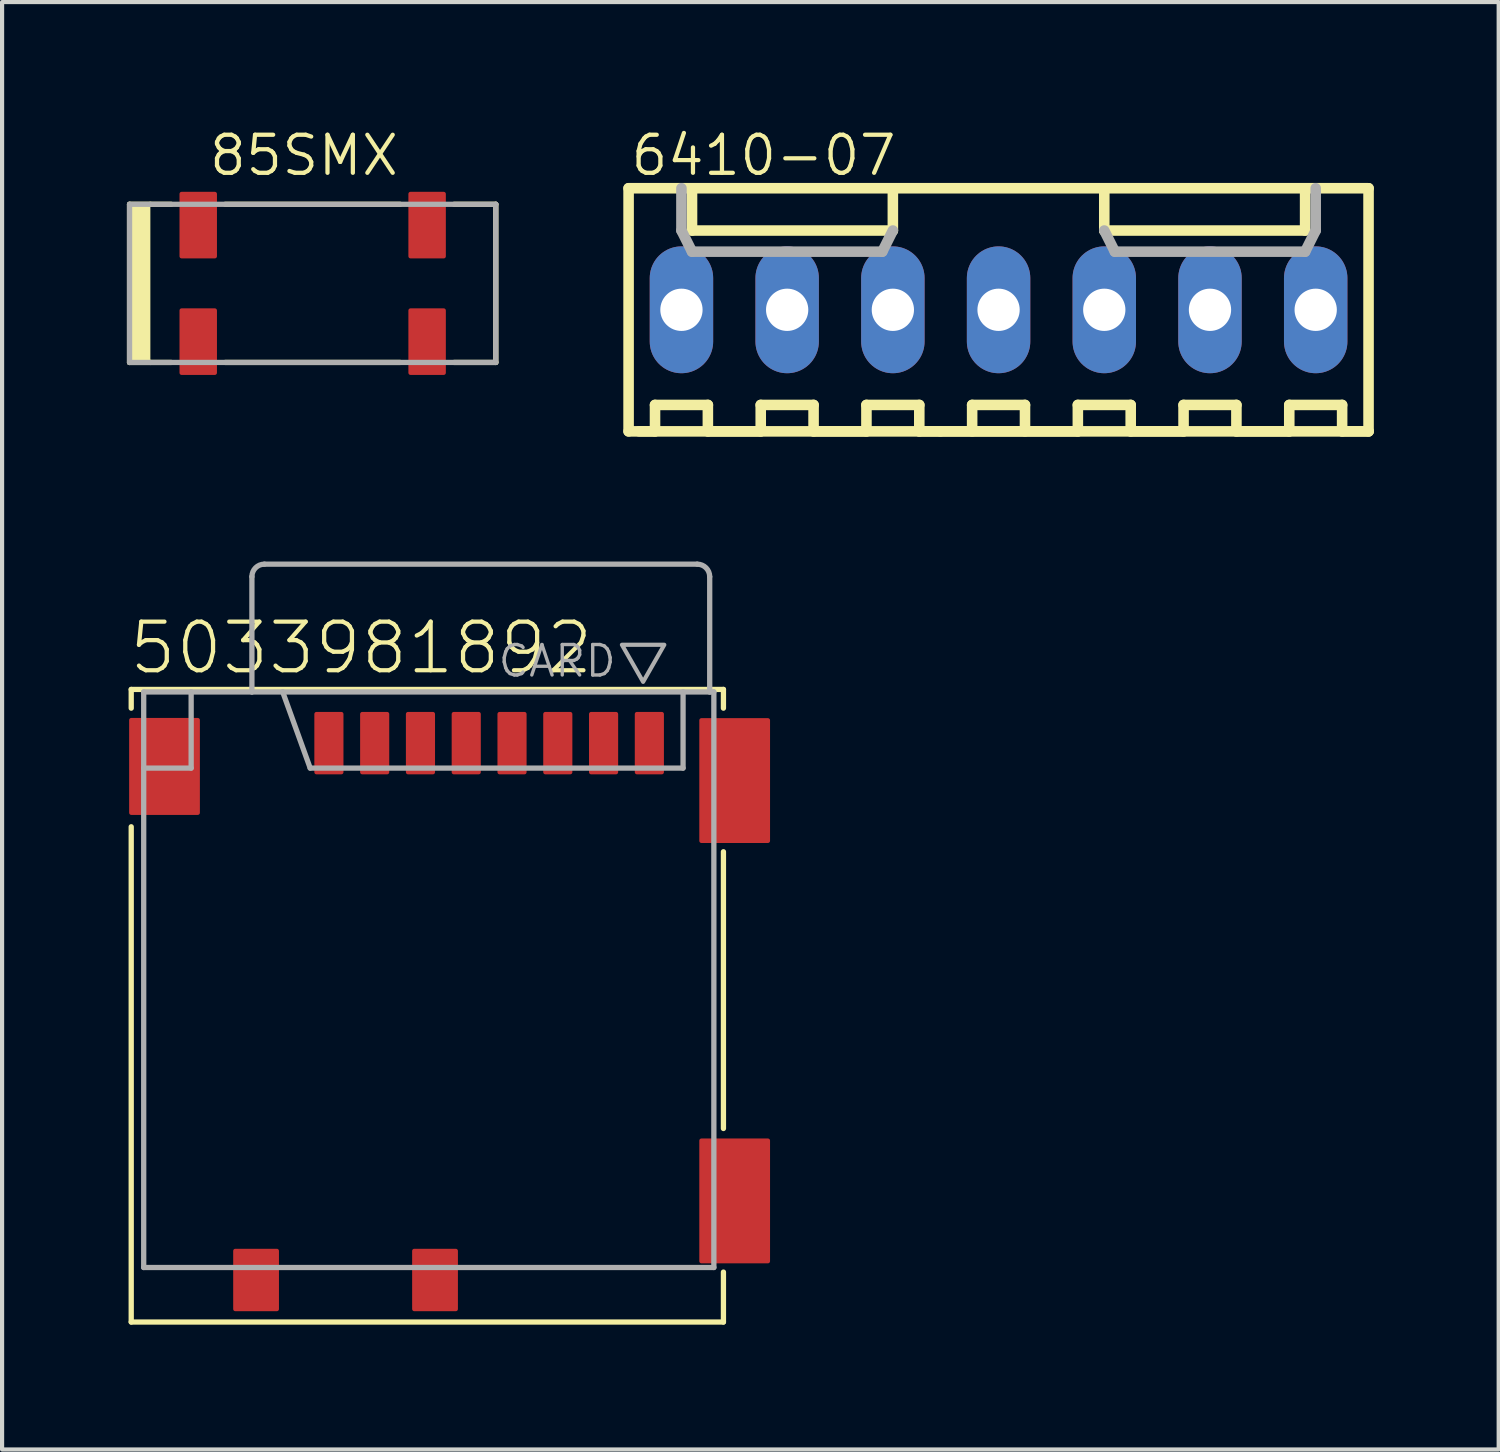
<source format=kicad_pcb>
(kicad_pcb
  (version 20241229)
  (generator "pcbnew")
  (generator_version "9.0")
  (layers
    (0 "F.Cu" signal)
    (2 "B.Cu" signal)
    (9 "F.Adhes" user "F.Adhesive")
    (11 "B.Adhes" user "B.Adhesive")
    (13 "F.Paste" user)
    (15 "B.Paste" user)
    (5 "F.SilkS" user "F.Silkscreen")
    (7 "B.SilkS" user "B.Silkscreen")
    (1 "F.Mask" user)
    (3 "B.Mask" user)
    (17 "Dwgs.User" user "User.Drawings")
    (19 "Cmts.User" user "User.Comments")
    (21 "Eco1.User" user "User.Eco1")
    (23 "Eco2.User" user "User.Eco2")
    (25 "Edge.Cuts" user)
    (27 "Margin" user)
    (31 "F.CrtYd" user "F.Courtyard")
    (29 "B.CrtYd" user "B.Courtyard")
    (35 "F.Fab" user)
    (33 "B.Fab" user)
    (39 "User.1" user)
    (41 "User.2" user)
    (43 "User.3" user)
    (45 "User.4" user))
  (footprint "85SMX"
    (layer "F.Cu")
    (at 4.463 3.759)
    (property "Reference" "85SMX" (at -2.54 -2.54 0) (layer "F.SilkS") (effects (font (size 0.914 0.914) (thickness 0.102)) (justify left bottom)))
    (attr smd)
    (fp_line (start -4.4 -1.9) (end -4.4 1.9) (stroke (width 0.127) (type solid)) (layer "F.SilkS"))
    (fp_line (start -4.4 -1.9) (end -3.9 -1.9) (stroke (width 0.127) (type solid)) (layer "F.SilkS"))
    (fp_line (start -4.4 1.9) (end -3.9 1.9) (stroke (width 0.127) (type solid)) (layer "F.SilkS"))
    (fp_line (start -3.9 -1.9) (end -3.4 -1.9) (stroke (width 0.127) (type solid)) (layer "F.SilkS"))
    (fp_line (start -3.9 1.9) (end -3.4 1.9) (stroke (width 0.127) (type solid)) (layer "F.SilkS"))
    (fp_line (start -2.1 -1.9) (end 2.1 -1.9) (stroke (width 0.127) (type solid)) (layer "F.SilkS"))
    (fp_line (start -2.1 1.9) (end 2.1 1.9) (stroke (width 0.127) (type solid)) (layer "F.SilkS"))
    (fp_line (start 3.4 -1.9) (end 4.4 -1.9) (stroke (width 0.127) (type solid)) (layer "F.SilkS"))
    (fp_line (start 3.4 1.9) (end 4.4 1.9) (stroke (width 0.127) (type solid)) (layer "F.SilkS"))
    (fp_line (start 4.4 -1.9) (end 4.4 1.9) (stroke (width 0.127) (type solid)) (layer "F.SilkS"))
    (fp_poly (pts (xy -4.4 1.9) (xy -3.9 1.9) (xy -3.9 -1.9) (xy -4.4 -1.9)) (stroke (width 0) (type default)) (fill yes) (layer "F.SilkS"))
    (fp_line (start -4.4 -1.9) (end -4.4 1.9) (stroke (width 0.127) (type solid)) (layer "F.Fab"))
    (fp_line (start -4.4 -1.9) (end 4.4 -1.9) (stroke (width 0.127) (type solid)) (layer "F.Fab"))
    (fp_line (start -4.4 1.9) (end 4.4 1.9) (stroke (width 0.127) (type solid)) (layer "F.Fab"))
    (fp_line (start 4.4 -1.9) (end 4.4 1.9) (stroke (width 0.127) (type solid)) (layer "F.Fab"))
    (pad "" smd roundrect (at 2.75 -1.4 90) (size 1.6 0.9) (layers "F.Cu" "F.Mask" "F.Paste") (roundrect_rratio 0.056))
    (pad "" smd roundrect (at 2.75 1.4 90) (size 1.6 0.9) (layers "F.Cu" "F.Mask" "F.Paste") (roundrect_rratio 0.056))
    (pad "1" smd roundrect (at -2.75 1.4 90) (size 1.6 0.9) (layers "F.Cu" "F.Mask" "F.Paste") (roundrect_rratio 0.056))
    (pad "4" smd roundrect (at -2.75 -1.4 90) (size 1.6 0.9) (layers "F.Cu" "F.Mask" "F.Paste") (roundrect_rratio 0.056)))
  (footprint "6410-07"
    (layer "F.Cu")
    (at 20.944 4.394)
    (property "Reference" "6410-07" (at -8.89 -3.175 0) (layer "F.SilkS") (effects (font (size 0.914 0.914) (thickness 0.102)) (justify left bottom)))
    (fp_line (start -8.89 -2.921) (end -8.89 2.921) (stroke (width 0.254) (type solid)) (layer "F.SilkS"))
    (fp_line (start -8.89 -2.921) (end -7.62 -2.921) (stroke (width 0.254) (type solid)) (layer "F.SilkS"))
    (fp_line (start -8.89 2.921) (end -1.397 2.921) (stroke (width 0.254) (type solid)) (layer "F.SilkS"))
    (fp_line (start -8.636 2.921) (end -8.255 2.921) (stroke (width 0.254) (type solid)) (layer "F.SilkS"))
    (fp_line (start -8.255 2.286) (end -6.985 2.286) (stroke (width 0.254) (type solid)) (layer "F.SilkS"))
    (fp_line (start -8.255 2.921) (end -8.255 2.286) (stroke (width 0.254) (type solid)) (layer "F.SilkS"))
    (fp_line (start -7.62 -2.921) (end -7.366 -2.921) (stroke (width 0.254) (type solid)) (layer "F.SilkS"))
    (fp_line (start -7.366 -2.921) (end -7.366 -1.905) (stroke (width 0.254) (type solid)) (layer "F.SilkS"))
    (fp_line (start -7.366 -2.921) (end -2.54 -2.921) (stroke (width 0.254) (type solid)) (layer "F.SilkS"))
    (fp_line (start -7.366 -1.905) (end -2.54 -1.905) (stroke (width 0.254) (type solid)) (layer "F.SilkS"))
    (fp_line (start -6.985 2.286) (end -6.985 2.921) (stroke (width 0.254) (type solid)) (layer "F.SilkS"))
    (fp_line (start -6.985 2.921) (end -5.715 2.921) (stroke (width 0.254) (type solid)) (layer "F.SilkS"))
    (fp_line (start -5.715 2.286) (end -4.445 2.286) (stroke (width 0.254) (type solid)) (layer "F.SilkS"))
    (fp_line (start -5.715 2.921) (end -5.715 2.286) (stroke (width 0.254) (type solid)) (layer "F.SilkS"))
    (fp_line (start -4.445 2.286) (end -4.445 2.921) (stroke (width 0.254) (type solid)) (layer "F.SilkS"))
    (fp_line (start -4.445 2.921) (end -3.175 2.921) (stroke (width 0.254) (type solid)) (layer "F.SilkS"))
    (fp_line (start -3.175 2.286) (end -1.905 2.286) (stroke (width 0.254) (type solid)) (layer "F.SilkS"))
    (fp_line (start -3.175 2.921) (end -3.175 2.286) (stroke (width 0.254) (type solid)) (layer "F.SilkS"))
    (fp_line (start -2.54 -1.905) (end -2.54 -2.921) (stroke (width 0.254) (type solid)) (layer "F.SilkS"))
    (fp_line (start -1.905 2.286) (end -1.905 2.921) (stroke (width 0.254) (type solid)) (layer "F.SilkS"))
    (fp_line (start -1.905 2.921) (end 1.905 2.921) (stroke (width 0.254) (type solid)) (layer "F.SilkS"))
    (fp_line (start -0.635 2.286) (end 0.635 2.286) (stroke (width 0.254) (type solid)) (layer "F.SilkS"))
    (fp_line (start -0.635 2.921) (end -0.635 2.286) (stroke (width 0.254) (type solid)) (layer "F.SilkS"))
    (fp_line (start 0.635 2.286) (end 0.635 2.921) (stroke (width 0.254) (type solid)) (layer "F.SilkS"))
    (fp_line (start 1.905 2.286) (end 3.175 2.286) (stroke (width 0.254) (type solid)) (layer "F.SilkS"))
    (fp_line (start 1.905 2.921) (end 1.905 2.286) (stroke (width 0.254) (type solid)) (layer "F.SilkS"))
    (fp_line (start 2.54 -1.905) (end 2.54 -2.921) (stroke (width 0.254) (type solid)) (layer "F.SilkS"))
    (fp_line (start 2.54 -1.905) (end 7.366 -1.905) (stroke (width 0.254) (type solid)) (layer "F.SilkS"))
    (fp_line (start 3.175 2.286) (end 3.175 2.921) (stroke (width 0.254) (type solid)) (layer "F.SilkS"))
    (fp_line (start 3.175 2.921) (end 4.445 2.921) (stroke (width 0.254) (type solid)) (layer "F.SilkS"))
    (fp_line (start 4.445 2.286) (end 5.715 2.286) (stroke (width 0.254) (type solid)) (layer "F.SilkS"))
    (fp_line (start 4.445 2.921) (end 4.445 2.286) (stroke (width 0.254) (type solid)) (layer "F.SilkS"))
    (fp_line (start 5.715 2.286) (end 5.715 2.921) (stroke (width 0.254) (type solid)) (layer "F.SilkS"))
    (fp_line (start 5.715 2.921) (end 6.985 2.921) (stroke (width 0.254) (type solid)) (layer "F.SilkS"))
    (fp_line (start 6.985 2.286) (end 8.255 2.286) (stroke (width 0.254) (type solid)) (layer "F.SilkS"))
    (fp_line (start 6.985 2.921) (end 6.985 2.286) (stroke (width 0.254) (type solid)) (layer "F.SilkS"))
    (fp_line (start 7.366 -2.921) (end 7.366 -1.905) (stroke (width 0.254) (type solid)) (layer "F.SilkS"))
    (fp_line (start 8.255 2.286) (end 8.255 2.921) (stroke (width 0.254) (type solid)) (layer "F.SilkS"))
    (fp_line (start 8.255 2.921) (end 8.89 2.921) (stroke (width 0.254) (type solid)) (layer "F.SilkS"))
    (fp_line (start 8.89 -2.921) (end -2.54 -2.921) (stroke (width 0.254) (type solid)) (layer "F.SilkS"))
    (fp_line (start 8.89 -2.921) (end 8.89 2.921) (stroke (width 0.254) (type solid)) (layer "F.SilkS"))
    (fp_line (start 8.89 2.921) (end -1.397 2.921) (stroke (width 0.254) (type solid)) (layer "F.SilkS"))
    (fp_line (start -7.62 -1.905) (end -7.62 -2.921) (stroke (width 0.254) (type solid)) (layer "F.Fab"))
    (fp_line (start -7.62 -1.905) (end -7.366 -1.397) (stroke (width 0.254) (type solid)) (layer "F.Fab"))
    (fp_line (start -7.366 -1.397) (end -2.794 -1.397) (stroke (width 0.254) (type solid)) (layer "F.Fab"))
    (fp_line (start -2.794 -1.397) (end -2.54 -1.905) (stroke (width 0.254) (type solid)) (layer "F.Fab"))
    (fp_line (start 2.54 -1.905) (end 2.794 -1.397) (stroke (width 0.254) (type solid)) (layer "F.Fab"))
    (fp_line (start 2.794 -1.397) (end 7.366 -1.397) (stroke (width 0.254) (type solid)) (layer "F.Fab"))
    (fp_line (start 7.366 -1.397) (end 7.62 -1.905) (stroke (width 0.254) (type solid)) (layer "F.Fab"))
    (fp_line (start 7.62 -1.905) (end 7.62 -2.921) (stroke (width 0.254) (type solid)) (layer "F.Fab"))
    (fp_poly (pts (xy -7.874 0.254) (xy -7.366 0.254) (xy -7.366 -0.254) (xy -7.874 -0.254)) (stroke (width 0.1) (type default)) (fill no) (layer "F.Fab"))
    (fp_poly (pts (xy -5.334 0.254) (xy -4.826 0.254) (xy -4.826 -0.254) (xy -5.334 -0.254)) (stroke (width 0.1) (type default)) (fill no) (layer "F.Fab"))
    (fp_poly (pts (xy -2.794 0.254) (xy -2.286 0.254) (xy -2.286 -0.254) (xy -2.794 -0.254)) (stroke (width 0.1) (type default)) (fill no) (layer "F.Fab"))
    (fp_poly (pts (xy -0.254 0.254) (xy 0.254 0.254) (xy 0.254 -0.254) (xy -0.254 -0.254)) (stroke (width 0.1) (type default)) (fill no) (layer "F.Fab"))
    (fp_poly (pts (xy 2.286 0.254) (xy 2.794 0.254) (xy 2.794 -0.254) (xy 2.286 -0.254)) (stroke (width 0.1) (type default)) (fill no) (layer "F.Fab"))
    (fp_poly (pts (xy 4.826 0.254) (xy 5.334 0.254) (xy 5.334 -0.254) (xy 4.826 -0.254)) (stroke (width 0.1) (type default)) (fill no) (layer "F.Fab"))
    (fp_poly (pts (xy 7.366 0.254) (xy 7.874 0.254) (xy 7.874 -0.254) (xy 7.366 -0.254)) (stroke (width 0.1) (type default)) (fill no) (layer "F.Fab"))
    (pad "1" thru_hole oval (at 7.62 0 90) (size 3.048 1.524) (drill 1.016) (layers "*.Cu" "*.Mask"))
    (pad "2" thru_hole oval (at 5.08 0 90) (size 3.048 1.524) (drill 1.016) (layers "*.Cu" "*.Mask"))
    (pad "3" thru_hole oval (at 2.54 0 90) (size 3.048 1.524) (drill 1.016) (layers "*.Cu" "*.Mask"))
    (pad "4" thru_hole oval (at 0 0 90) (size 3.048 1.524) (drill 1.016) (layers "*.Cu" "*.Mask"))
    (pad "5" thru_hole oval (at -2.54 0 90) (size 3.048 1.524) (drill 1.016) (layers "*.Cu" "*.Mask"))
    (pad "6" thru_hole oval (at -5.08 0 90) (size 3.048 1.524) (drill 1.016) (layers "*.Cu" "*.Mask"))
    (pad "7" thru_hole oval (at -7.62 0 90) (size 3.048 1.524) (drill 1.016) (layers "*.Cu" "*.Mask")))
  (footprint "5033981892"
    (layer "F.Cu")
    (at 0.403 27.406)
    (property "Reference" "5033981892" (at -0.403 -14.203 0) (layer "F.SilkS") (effects (font (size 1.168 1.168) (thickness 0.102)) (justify left bottom)))
    (fp_line (start -0.3 -13.89) (end -0.3 -13.44) (stroke (width 0.127) (type solid)) (layer "F.SilkS"))
    (fp_line (start -0.3 -10.59) (end -0.3 1.31) (stroke (width 0.127) (type solid)) (layer "F.SilkS"))
    (fp_line (start 13.93 -13.89) (end -0.3 -13.89) (stroke (width 0.127) (type solid)) (layer "F.SilkS"))
    (fp_line (start 13.93 -13.89) (end 13.93 -13.44) (stroke (width 0.127) (type solid)) (layer "F.SilkS"))
    (fp_line (start 13.93 -9.99) (end 13.93 -3.34) (stroke (width 0.127) (type solid)) (layer "F.SilkS"))
    (fp_line (start 13.93 0.11) (end 13.93 1.31) (stroke (width 0.127) (type solid)) (layer "F.SilkS"))
    (fp_line (start 13.93 1.31) (end -0.3 1.31) (stroke (width 0.127) (type solid)) (layer "F.SilkS"))
    (fp_line (start 0 -12) (end 0 -13.83) (stroke (width 0.127) (type solid)) (layer "F.Fab"))
    (fp_line (start 0 0) (end 0 -12) (stroke (width 0.127) (type solid)) (layer "F.Fab"))
    (fp_line (start 1.14 -13.83) (end 0 -13.83) (stroke (width 0.127) (type solid)) (layer "F.Fab"))
    (fp_line (start 1.14 -13.83) (end 1.14 -12) (stroke (width 0.127) (type solid)) (layer "F.Fab"))
    (fp_line (start 1.14 -12) (end 0 -12) (stroke (width 0.127) (type solid)) (layer "F.Fab"))
    (fp_line (start 2.6 -16.6) (end 2.6 -13.83) (stroke (width 0.127) (type solid)) (layer "F.Fab"))
    (fp_line (start 2.6 -13.83) (end 1.14 -13.83) (stroke (width 0.127) (type solid)) (layer "F.Fab"))
    (fp_line (start 3.34 -13.83) (end 2.6 -13.83) (stroke (width 0.127) (type solid)) (layer "F.Fab"))
    (fp_line (start 3.34 -13.83) (end 4 -12) (stroke (width 0.127) (type solid)) (layer "F.Fab"))
    (fp_line (start 12.96 -13.83) (end 3.34 -13.83) (stroke (width 0.127) (type solid)) (layer "F.Fab"))
    (fp_line (start 12.96 -13.83) (end 12.96 -12) (stroke (width 0.127) (type solid)) (layer "F.Fab"))
    (fp_line (start 12.96 -12) (end 4 -12) (stroke (width 0.127) (type solid)) (layer "F.Fab"))
    (fp_line (start 13.3 -16.9) (end 2.9 -16.9) (stroke (width 0.127) (type solid)) (layer "F.Fab"))
    (fp_line (start 13.6 -16.6) (end 13.6 -13.83) (stroke (width 0.127) (type solid)) (layer "F.Fab"))
    (fp_line (start 13.6 -13.83) (end 12.96 -13.83) (stroke (width 0.127) (type solid)) (layer "F.Fab"))
    (fp_line (start 13.6 -13.83) (end 13.7 -13.83) (stroke (width 0.127) (type solid)) (layer "F.Fab"))
    (fp_line (start 13.7 -13.83) (end 13.7 0) (stroke (width 0.127) (type solid)) (layer "F.Fab"))
    (fp_line (start 13.7 0) (end 0 0) (stroke (width 0.127) (type solid)) (layer "F.Fab"))
    (fp_arc (start 2.6 -16.6) (mid 2.687868 -16.812132) (end 2.9 -16.9) (stroke (width 0.127) (type solid)) (layer "F.Fab"))
    (fp_arc (start 13.3 -16.9) (mid 13.512132 -16.812132) (end 13.6 -16.6) (stroke (width 0.127) (type solid)) (layer "F.Fab"))
    (fp_poly (pts (xy 12 -14.072) (xy 11.491 -14.963) (xy 12.509 -14.963)) (stroke (width 0.1) (type default)) (fill no) (layer "F.Fab"))
    (fp_text user "CARD" (at 11.4 -15 0) (layer "F.Fab") (effects (font (size 0.732 0.732) (thickness 0.081)) (justify right top)))
    (pad "1" smd roundrect (at 4.45 -12.6 180) (size 0.7 1.5) (layers "F.Cu" "F.Mask" "F.Paste") (roundrect_rratio 0.073))
    (pad "2" smd roundrect (at 5.55 -12.6 180) (size 0.7 1.5) (layers "F.Cu" "F.Mask" "F.Paste") (roundrect_rratio 0.073))
    (pad "3" smd roundrect (at 6.65 -12.6 180) (size 0.7 1.5) (layers "F.Cu" "F.Mask" "F.Paste") (roundrect_rratio 0.073))
    (pad "4" smd roundrect (at 7.75 -12.6 180) (size 0.7 1.5) (layers "F.Cu" "F.Mask" "F.Paste") (roundrect_rratio 0.073))
    (pad "5" smd roundrect (at 8.85 -12.6 180) (size 0.7 1.5) (layers "F.Cu" "F.Mask" "F.Paste") (roundrect_rratio 0.073))
    (pad "6" smd roundrect (at 9.95 -12.6 180) (size 0.7 1.5) (layers "F.Cu" "F.Mask" "F.Paste") (roundrect_rratio 0.073))
    (pad "7" smd roundrect (at 11.05 -12.6 180) (size 0.7 1.5) (layers "F.Cu" "F.Mask" "F.Paste") (roundrect_rratio 0.073))
    (pad "8" smd roundrect (at 12.15 -12.6 180) (size 0.7 1.5) (layers "F.Cu" "F.Mask" "F.Paste") (roundrect_rratio 0.073))
    (pad "S" smd roundrect (at 0.5 -12.04 180) (size 1.7 2.33) (layers "F.Cu" "F.Mask" "F.Paste") (roundrect_rratio 0.03))
    (pad "S1" smd roundrect (at 14.2 -11.7 180) (size 1.7 3) (layers "F.Cu" "F.Mask" "F.Paste") (roundrect_rratio 0.03))
    (pad "S2" smd roundrect (at 14.2 -1.6 180) (size 1.7 3) (layers "F.Cu" "F.Mask" "F.Paste") (roundrect_rratio 0.03))
    (pad "SW1" smd roundrect (at 2.7 0.3 180) (size 1.1 1.5) (layers "F.Cu" "F.Mask" "F.Paste") (roundrect_rratio 0.046))
    (pad "SW2" smd roundrect (at 7 0.3 180) (size 1.1 1.5) (layers "F.Cu" "F.Mask" "F.Paste") (roundrect_rratio 0.046)))
  (gr_rect
    (start -3 -3)
    (end 32.961 31.779)
    (stroke (width 0.1) (type default))
    (fill no)
    (layer "Edge.Cuts")))
</source>
